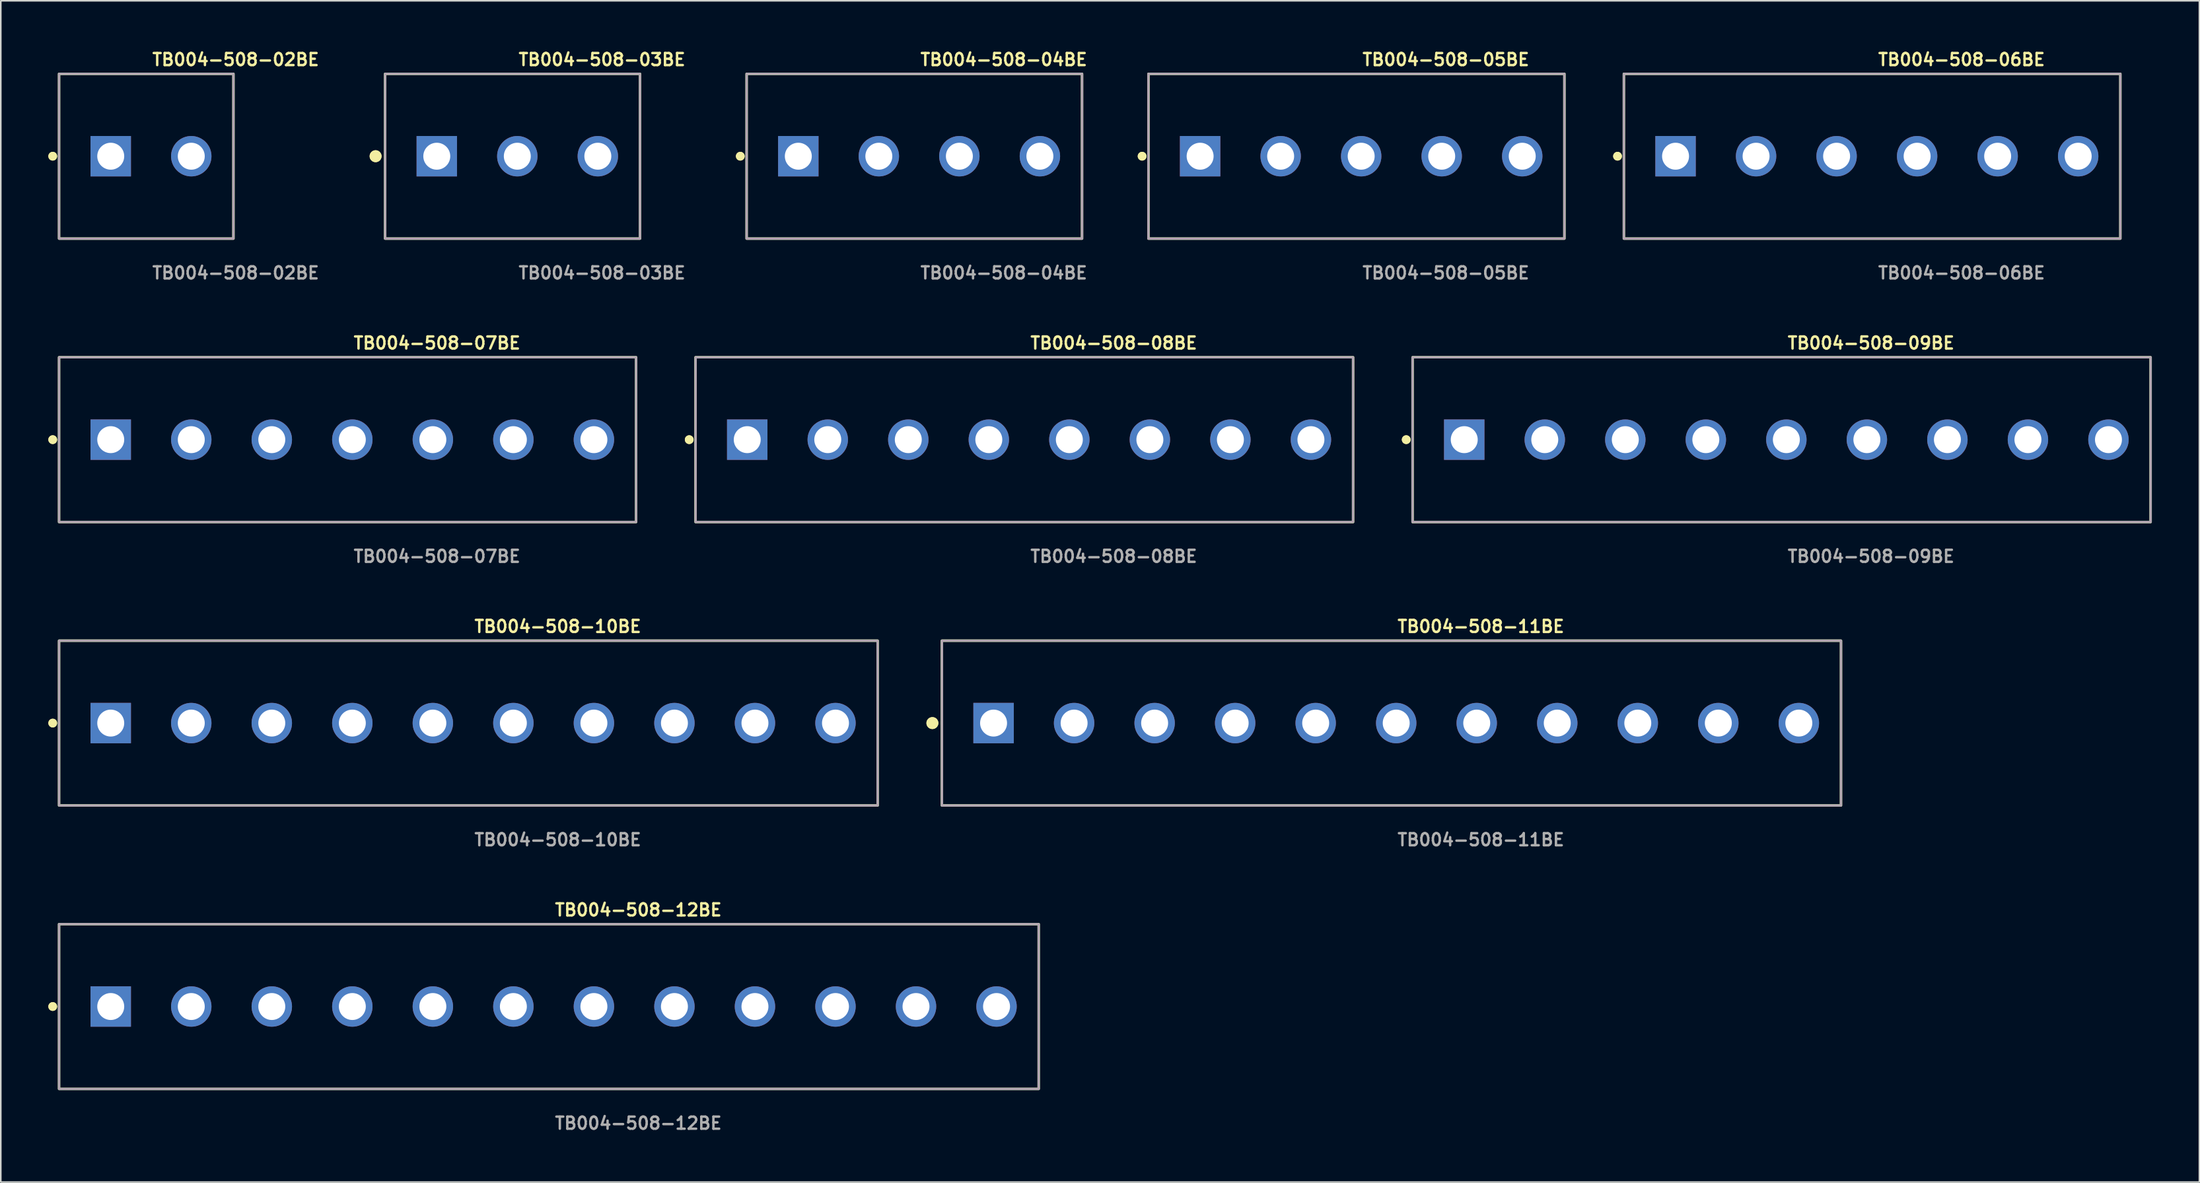
<source format=kicad_pcb>
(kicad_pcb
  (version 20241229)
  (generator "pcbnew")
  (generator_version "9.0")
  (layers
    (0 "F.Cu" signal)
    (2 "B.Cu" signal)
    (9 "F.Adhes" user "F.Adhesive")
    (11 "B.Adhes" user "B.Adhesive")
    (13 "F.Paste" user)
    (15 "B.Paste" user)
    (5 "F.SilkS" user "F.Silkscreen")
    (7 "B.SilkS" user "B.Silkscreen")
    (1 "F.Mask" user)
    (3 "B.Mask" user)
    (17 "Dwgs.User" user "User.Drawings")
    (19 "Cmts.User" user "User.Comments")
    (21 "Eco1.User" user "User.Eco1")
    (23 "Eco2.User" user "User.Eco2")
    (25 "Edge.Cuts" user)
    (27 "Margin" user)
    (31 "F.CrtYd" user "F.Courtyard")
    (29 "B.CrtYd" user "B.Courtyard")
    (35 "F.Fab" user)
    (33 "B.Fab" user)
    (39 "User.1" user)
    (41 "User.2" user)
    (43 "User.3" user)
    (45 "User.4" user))
  (footprint "TB004-508-10BE"
    (layer "F.Cu")
    (at 26.796 42.586)
    (property "Reference" "TB004-508-10BE" (at 0 -6.096 0) (unlocked yes) (layer "F.SilkS") (effects (font (size 0.762 0.762) (thickness 0.152)) (justify left)))
    (fp_rect (start -26.12 5.2) (end 25.52 -5.2) (stroke (width 0.152) (type solid)) (fill no) (layer "F.SilkS"))
    (fp_circle (center -26.52 0) (end -26.72 0) (stroke (width 0.152) (type solid)) (fill yes) (layer "F.SilkS"))
    (fp_circle (center -26.52 0) (end -26.72 0) (stroke (width 0.152) (type solid)) (fill yes) (layer "F.SilkS"))
    (fp_rect (start -26.12 5.2) (end 25.52 -5.2) (stroke (width 0.006) (type solid)) (fill no) (layer "F.CrtYd"))
    (fp_rect (start -26.12 5.2) (end 25.52 -5.2) (stroke (width 0.152) (type solid)) (fill no) (layer "F.Fab"))
    (fp_text user "${REFERENCE}" (at 0 7.366 0) (unlocked yes) (layer "F.Fab") (effects (font (size 0.762 0.762) (thickness 0.152)) (justify left)))
    (pad "1" thru_hole rect (at -22.86 0) (size 2.55 2.55) (drill 1.7) (layers "*.Cu" "*.Mask"))
    (pad "2" thru_hole circle (at -17.78 0) (size 2.55 2.55) (drill 1.7) (layers "*.Cu" "*.Mask"))
    (pad "3" thru_hole circle (at -12.7 0) (size 2.55 2.55) (drill 1.7) (layers "*.Cu" "*.Mask"))
    (pad "4" thru_hole circle (at -7.62 0) (size 2.55 2.55) (drill 1.7) (layers "*.Cu" "*.Mask"))
    (pad "5" thru_hole circle (at -2.54 0) (size 2.55 2.55) (drill 1.7) (layers "*.Cu" "*.Mask"))
    (pad "6" thru_hole circle (at 2.54 0) (size 2.55 2.55) (drill 1.7) (layers "*.Cu" "*.Mask"))
    (pad "7" thru_hole circle (at 7.62 0) (size 2.55 2.55) (drill 1.7) (layers "*.Cu" "*.Mask"))
    (pad "8" thru_hole circle (at 12.7 0) (size 2.55 2.55) (drill 1.7) (layers "*.Cu" "*.Mask"))
    (pad "9" thru_hole circle (at 17.78 0) (size 2.55 2.55) (drill 1.7) (layers "*.Cu" "*.Mask"))
    (pad "10" thru_hole circle (at 22.86 0) (size 2.55 2.55) (drill 1.7) (layers "*.Cu" "*.Mask")))
  (footprint "TB004-508-08BE"
    (layer "F.Cu")
    (at 61.869 24.698)
    (property "Reference" "TB004-508-08BE" (at 0 -6.096 0) (unlocked yes) (layer "F.SilkS") (effects (font (size 0.762 0.762) (thickness 0.152)) (justify left)))
    (fp_rect (start -21.04 5.2) (end 20.44 -5.2) (stroke (width 0.152) (type solid)) (fill no) (layer "F.SilkS"))
    (fp_circle (center -21.44 0) (end -21.64 0) (stroke (width 0.152) (type solid)) (fill yes) (layer "F.SilkS"))
    (fp_circle (center -21.44 0) (end -21.64 0) (stroke (width 0.152) (type solid)) (fill yes) (layer "F.SilkS"))
    (fp_rect (start -21.04 5.2) (end 20.44 -5.2) (stroke (width 0.006) (type solid)) (fill no) (layer "F.CrtYd"))
    (fp_rect (start -21.04 5.2) (end 20.44 -5.2) (stroke (width 0.152) (type solid)) (fill no) (layer "F.Fab"))
    (fp_text user "${REFERENCE}" (at 0 7.366 0) (unlocked yes) (layer "F.Fab") (effects (font (size 0.762 0.762) (thickness 0.152)) (justify left)))
    (pad "1" thru_hole rect (at -17.78 0) (size 2.55 2.55) (drill 1.7) (layers "*.Cu" "*.Mask"))
    (pad "2" thru_hole circle (at -12.7 0) (size 2.55 2.55) (drill 1.7) (layers "*.Cu" "*.Mask"))
    (pad "3" thru_hole circle (at -7.62 0) (size 2.55 2.55) (drill 1.7) (layers "*.Cu" "*.Mask"))
    (pad "4" thru_hole circle (at -2.54 0) (size 2.55 2.55) (drill 1.7) (layers "*.Cu" "*.Mask"))
    (pad "5" thru_hole circle (at 2.54 0) (size 2.55 2.55) (drill 1.7) (layers "*.Cu" "*.Mask"))
    (pad "6" thru_hole circle (at 7.62 0) (size 2.55 2.55) (drill 1.7) (layers "*.Cu" "*.Mask"))
    (pad "7" thru_hole circle (at 12.7 0) (size 2.55 2.55) (drill 1.7) (layers "*.Cu" "*.Mask"))
    (pad "8" thru_hole circle (at 17.78 0) (size 2.55 2.55) (drill 1.7) (layers "*.Cu" "*.Mask")))
  (footprint "TB004-508-05BE"
    (layer "F.Cu")
    (at 82.819 6.809)
    (property "Reference" "TB004-508-05BE" (at 0 -6.096 0) (unlocked yes) (layer "F.SilkS") (effects (font (size 0.762 0.762) (thickness 0.152)) (justify left)))
    (fp_rect (start -13.42 5.2) (end 12.82 -5.2) (stroke (width 0.152) (type solid)) (fill no) (layer "F.SilkS"))
    (fp_circle (center -13.82 0) (end -14.02 0) (stroke (width 0.152) (type solid)) (fill yes) (layer "F.SilkS"))
    (fp_circle (center -13.82 0) (end -14.02 0) (stroke (width 0.152) (type solid)) (fill yes) (layer "F.SilkS"))
    (fp_rect (start -13.42 5.2) (end 12.82 -5.2) (stroke (width 0.006) (type solid)) (fill no) (layer "F.CrtYd"))
    (fp_rect (start -13.42 5.2) (end 12.82 -5.2) (stroke (width 0.152) (type solid)) (fill no) (layer "F.Fab"))
    (fp_text user "${REFERENCE}" (at 0 7.366 0) (unlocked yes) (layer "F.Fab") (effects (font (size 0.762 0.762) (thickness 0.152)) (justify left)))
    (pad "1" thru_hole rect (at -10.16 0) (size 2.55 2.55) (drill 1.7) (layers "*.Cu" "*.Mask"))
    (pad "2" thru_hole circle (at -5.08 0) (size 2.55 2.55) (drill 1.7) (layers "*.Cu" "*.Mask"))
    (pad "3" thru_hole circle (at 0 0) (size 2.55 2.55) (drill 1.7) (layers "*.Cu" "*.Mask"))
    (pad "4" thru_hole circle (at 5.08 0) (size 2.55 2.55) (drill 1.7) (layers "*.Cu" "*.Mask"))
    (pad "5" thru_hole circle (at 10.16 0) (size 2.55 2.55) (drill 1.7) (layers "*.Cu" "*.Mask")))
  (footprint "TB004-508-12BE"
    (layer "F.Cu")
    (at 31.876 60.475)
    (property "Reference" "TB004-508-12BE" (at 0 -6.096 0) (unlocked yes) (layer "F.SilkS") (effects (font (size 0.762 0.762) (thickness 0.152)) (justify left)))
    (fp_rect (start -31.2 5.2) (end 30.6 -5.2) (stroke (width 0.152) (type solid)) (fill no) (layer "F.SilkS"))
    (fp_circle (center -31.6 0) (end -31.8 0) (stroke (width 0.152) (type solid)) (fill yes) (layer "F.SilkS"))
    (fp_circle (center -31.6 0) (end -31.8 0) (stroke (width 0.152) (type solid)) (fill yes) (layer "F.SilkS"))
    (fp_rect (start -31.2 5.2) (end 30.6 -5.2) (stroke (width 0.006) (type solid)) (fill no) (layer "F.CrtYd"))
    (fp_rect (start -31.2 5.2) (end 30.6 -5.2) (stroke (width 0.152) (type solid)) (fill no) (layer "F.Fab"))
    (fp_text user "${REFERENCE}" (at 0 7.366 0) (unlocked yes) (layer "F.Fab") (effects (font (size 0.762 0.762) (thickness 0.152)) (justify left)))
    (pad "1" thru_hole rect (at -27.94 0) (size 2.55 2.55) (drill 1.7) (layers "*.Cu" "*.Mask"))
    (pad "2" thru_hole circle (at -22.86 0) (size 2.55 2.55) (drill 1.7) (layers "*.Cu" "*.Mask"))
    (pad "3" thru_hole circle (at -17.78 0) (size 2.55 2.55) (drill 1.7) (layers "*.Cu" "*.Mask"))
    (pad "4" thru_hole circle (at -12.7 0) (size 2.55 2.55) (drill 1.7) (layers "*.Cu" "*.Mask"))
    (pad "5" thru_hole circle (at -7.62 0) (size 2.55 2.55) (drill 1.7) (layers "*.Cu" "*.Mask"))
    (pad "6" thru_hole circle (at -2.54 0) (size 2.55 2.55) (drill 1.7) (layers "*.Cu" "*.Mask"))
    (pad "7" thru_hole circle (at 2.54 0) (size 2.55 2.55) (drill 1.7) (layers "*.Cu" "*.Mask"))
    (pad "8" thru_hole circle (at 7.62 0) (size 2.55 2.55) (drill 1.7) (layers "*.Cu" "*.Mask"))
    (pad "9" thru_hole circle (at 12.7 0) (size 2.55 2.55) (drill 1.7) (layers "*.Cu" "*.Mask"))
    (pad "10" thru_hole circle (at 17.78 0) (size 2.55 2.55) (drill 1.7) (layers "*.Cu" "*.Mask"))
    (pad "11" thru_hole circle (at 22.86 0) (size 2.55 2.55) (drill 1.7) (layers "*.Cu" "*.Mask"))
    (pad "12" thru_hole circle (at 27.94 0) (size 2.55 2.55) (drill 1.7) (layers "*.Cu" "*.Mask")))
  (footprint "TB004-508-09BE"
    (layer "F.Cu")
    (at 109.641 24.698)
    (property "Reference" "TB004-508-09BE" (at 0 -6.096 0) (unlocked yes) (layer "F.SilkS") (effects (font (size 0.762 0.762) (thickness 0.152)) (justify left)))
    (fp_rect (start -23.58 5.2) (end 22.98 -5.2) (stroke (width 0.152) (type solid)) (fill no) (layer "F.SilkS"))
    (fp_circle (center -23.98 0) (end -24.18 0) (stroke (width 0.152) (type solid)) (fill yes) (layer "F.SilkS"))
    (fp_circle (center -23.98 0) (end -24.18 0) (stroke (width 0.152) (type solid)) (fill yes) (layer "F.SilkS"))
    (fp_rect (start -23.58 5.2) (end 22.98 -5.2) (stroke (width 0.006) (type solid)) (fill no) (layer "F.CrtYd"))
    (fp_rect (start -23.58 5.2) (end 22.98 -5.2) (stroke (width 0.152) (type solid)) (fill no) (layer "F.Fab"))
    (fp_text user "${REFERENCE}" (at 0 7.366 0) (unlocked yes) (layer "F.Fab") (effects (font (size 0.762 0.762) (thickness 0.152)) (justify left)))
    (pad "1" thru_hole rect (at -20.32 0) (size 2.55 2.55) (drill 1.7) (layers "*.Cu" "*.Mask"))
    (pad "2" thru_hole circle (at -15.24 0) (size 2.55 2.55) (drill 1.7) (layers "*.Cu" "*.Mask"))
    (pad "3" thru_hole circle (at -10.16 0) (size 2.55 2.55) (drill 1.7) (layers "*.Cu" "*.Mask"))
    (pad "4" thru_hole circle (at -5.08 0) (size 2.55 2.55) (drill 1.7) (layers "*.Cu" "*.Mask"))
    (pad "5" thru_hole circle (at 0 0) (size 2.55 2.55) (drill 1.7) (layers "*.Cu" "*.Mask"))
    (pad "6" thru_hole circle (at 5.08 0) (size 2.55 2.55) (drill 1.7) (layers "*.Cu" "*.Mask"))
    (pad "7" thru_hole circle (at 10.16 0) (size 2.55 2.55) (drill 1.7) (layers "*.Cu" "*.Mask"))
    (pad "8" thru_hole circle (at 15.24 0) (size 2.55 2.55) (drill 1.7) (layers "*.Cu" "*.Mask"))
    (pad "9" thru_hole circle (at 20.32 0) (size 2.55 2.55) (drill 1.7) (layers "*.Cu" "*.Mask")))
  (footprint "TB004-508-07BE"
    (layer "F.Cu")
    (at 19.176 24.698)
    (property "Reference" "TB004-508-07BE" (at 0 -6.096 0) (unlocked yes) (layer "F.SilkS") (effects (font (size 0.762 0.762) (thickness 0.152)) (justify left)))
    (fp_rect (start -18.5 5.2) (end 17.9 -5.2) (stroke (width 0.152) (type solid)) (fill no) (layer "F.SilkS"))
    (fp_circle (center -18.9 0) (end -19.1 0) (stroke (width 0.152) (type solid)) (fill yes) (layer "F.SilkS"))
    (fp_circle (center -18.9 0) (end -19.1 0) (stroke (width 0.152) (type solid)) (fill yes) (layer "F.SilkS"))
    (fp_rect (start -18.5 5.2) (end 17.9 -5.2) (stroke (width 0.006) (type solid)) (fill no) (layer "F.CrtYd"))
    (fp_rect (start -18.5 5.2) (end 17.9 -5.2) (stroke (width 0.152) (type solid)) (fill no) (layer "F.Fab"))
    (fp_text user "${REFERENCE}" (at 0 7.366 0) (unlocked yes) (layer "F.Fab") (effects (font (size 0.762 0.762) (thickness 0.152)) (justify left)))
    (pad "1" thru_hole rect (at -15.24 0) (size 2.55 2.55) (drill 1.7) (layers "*.Cu" "*.Mask"))
    (pad "2" thru_hole circle (at -10.16 0) (size 2.55 2.55) (drill 1.7) (layers "*.Cu" "*.Mask"))
    (pad "3" thru_hole circle (at -5.08 0) (size 2.55 2.55) (drill 1.7) (layers "*.Cu" "*.Mask"))
    (pad "4" thru_hole circle (at 0 0) (size 2.55 2.55) (drill 1.7) (layers "*.Cu" "*.Mask"))
    (pad "5" thru_hole circle (at 5.08 0) (size 2.55 2.55) (drill 1.7) (layers "*.Cu" "*.Mask"))
    (pad "6" thru_hole circle (at 10.16 0) (size 2.55 2.55) (drill 1.7) (layers "*.Cu" "*.Mask"))
    (pad "7" thru_hole circle (at 15.24 0) (size 2.55 2.55) (drill 1.7) (layers "*.Cu" "*.Mask")))
  (footprint "TB004-508-11BE"
    (layer "F.Cu")
    (at 85.029 42.586)
    (property "Reference" "TB004-508-11BE" (at 0 -6.096 0) (unlocked yes) (layer "F.SilkS") (effects (font (size 0.762 0.762) (thickness 0.152)) (justify left)))
    (fp_rect (start -28.66 5.2) (end 28.06 -5.2) (stroke (width 0.152) (type solid)) (fill no) (layer "F.SilkS"))
    (fp_circle (center -29.26 0) (end -29.56 0) (stroke (width 0.152) (type solid)) (fill yes) (layer "F.SilkS"))
    (fp_circle (center -29.26 0) (end -29.56 0) (stroke (width 0.152) (type solid)) (fill yes) (layer "F.SilkS"))
    (fp_rect (start -28.66 5.2) (end 28.06 -5.2) (stroke (width 0.006) (type solid)) (fill no) (layer "F.CrtYd"))
    (fp_rect (start -28.66 5.2) (end 28.06 -5.2) (stroke (width 0.152) (type solid)) (fill no) (layer "F.Fab"))
    (fp_text user "${REFERENCE}" (at 0 7.366 0) (unlocked yes) (layer "F.Fab") (effects (font (size 0.762 0.762) (thickness 0.152)) (justify left)))
    (pad "1" thru_hole rect (at -25.4 0) (size 2.55 2.55) (drill 1.7) (layers "*.Cu" "*.Mask"))
    (pad "2" thru_hole circle (at -20.32 0) (size 2.55 2.55) (drill 1.7) (layers "*.Cu" "*.Mask"))
    (pad "3" thru_hole circle (at -15.24 0) (size 2.55 2.55) (drill 1.7) (layers "*.Cu" "*.Mask"))
    (pad "4" thru_hole circle (at -10.16 0) (size 2.55 2.55) (drill 1.7) (layers "*.Cu" "*.Mask"))
    (pad "5" thru_hole circle (at -5.08 0) (size 2.55 2.55) (drill 1.7) (layers "*.Cu" "*.Mask"))
    (pad "6" thru_hole circle (at 0 0) (size 2.55 2.55) (drill 1.7) (layers "*.Cu" "*.Mask"))
    (pad "7" thru_hole circle (at 5.08 0) (size 2.55 2.55) (drill 1.7) (layers "*.Cu" "*.Mask"))
    (pad "8" thru_hole circle (at 10.16 0) (size 2.55 2.55) (drill 1.7) (layers "*.Cu" "*.Mask"))
    (pad "9" thru_hole circle (at 15.24 0) (size 2.55 2.55) (drill 1.7) (layers "*.Cu" "*.Mask"))
    (pad "10" thru_hole circle (at 20.32 0) (size 2.55 2.55) (drill 1.7) (layers "*.Cu" "*.Mask"))
    (pad "11" thru_hole circle (at 25.4 0) (size 2.55 2.55) (drill 1.7) (layers "*.Cu" "*.Mask")))
  (footprint "TB004-508-04BE"
    (layer "F.Cu")
    (at 54.931 6.809)
    (property "Reference" "TB004-508-04BE" (at 0 -6.096 0) (unlocked yes) (layer "F.SilkS") (effects (font (size 0.762 0.762) (thickness 0.152)) (justify left)))
    (fp_rect (start -10.88 5.2) (end 10.28 -5.2) (stroke (width 0.152) (type solid)) (fill no) (layer "F.SilkS"))
    (fp_circle (center -11.28 0) (end -11.48 0) (stroke (width 0.152) (type solid)) (fill yes) (layer "F.SilkS"))
    (fp_circle (center -11.28 0) (end -11.48 0) (stroke (width 0.152) (type solid)) (fill yes) (layer "F.SilkS"))
    (fp_rect (start -10.88 5.2) (end 10.28 -5.2) (stroke (width 0.006) (type solid)) (fill no) (layer "F.CrtYd"))
    (fp_rect (start -10.88 5.2) (end 10.28 -5.2) (stroke (width 0.152) (type solid)) (fill no) (layer "F.Fab"))
    (fp_text user "${REFERENCE}" (at 0 7.366 0) (unlocked yes) (layer "F.Fab") (effects (font (size 0.762 0.762) (thickness 0.152)) (justify left)))
    (pad "1" thru_hole rect (at -7.62 0) (size 2.55 2.55) (drill 1.7) (layers "*.Cu" "*.Mask"))
    (pad "2" thru_hole circle (at -2.54 0) (size 2.55 2.55) (drill 1.7) (layers "*.Cu" "*.Mask"))
    (pad "3" thru_hole circle (at 2.54 0) (size 2.55 2.55) (drill 1.7) (layers "*.Cu" "*.Mask"))
    (pad "4" thru_hole circle (at 7.62 0) (size 2.55 2.55) (drill 1.7) (layers "*.Cu" "*.Mask")))
  (footprint "TB004-508-03BE"
    (layer "F.Cu")
    (at 29.584 6.809)
    (property "Reference" "TB004-508-03BE" (at 0 -6.096 0) (unlocked yes) (layer "F.SilkS") (effects (font (size 0.762 0.762) (thickness 0.152)) (justify left)))
    (fp_rect (start -8.34 5.2) (end 7.74 -5.2) (stroke (width 0.152) (type solid)) (fill no) (layer "F.SilkS"))
    (fp_circle (center -8.94 0) (end -9.24 0) (stroke (width 0.152) (type solid)) (fill yes) (layer "F.SilkS"))
    (fp_circle (center -8.94 0) (end -9.24 0) (stroke (width 0.152) (type solid)) (fill yes) (layer "F.SilkS"))
    (fp_rect (start -8.34 5.2) (end 7.74 -5.2) (stroke (width 0.006) (type solid)) (fill no) (layer "F.CrtYd"))
    (fp_rect (start -8.34 5.2) (end 7.74 -5.2) (stroke (width 0.152) (type solid)) (fill no) (layer "F.Fab"))
    (fp_text user "${REFERENCE}" (at 0 7.366 0) (unlocked yes) (layer "F.Fab") (effects (font (size 0.762 0.762) (thickness 0.152)) (justify left)))
    (pad "1" thru_hole rect (at -5.08 0) (size 2.55 2.55) (drill 1.7) (layers "*.Cu" "*.Mask"))
    (pad "2" thru_hole circle (at 0 0) (size 2.55 2.55) (drill 1.7) (layers "*.Cu" "*.Mask"))
    (pad "3" thru_hole circle (at 5.08 0) (size 2.55 2.55) (drill 1.7) (layers "*.Cu" "*.Mask")))
  (footprint "TB004-508-06BE"
    (layer "F.Cu")
    (at 115.351 6.809)
    (property "Reference" "TB004-508-06BE" (at 0 -6.096 0) (unlocked yes) (layer "F.SilkS") (effects (font (size 0.762 0.762) (thickness 0.152)) (justify left)))
    (fp_rect (start -15.96 5.2) (end 15.36 -5.2) (stroke (width 0.152) (type solid)) (fill no) (layer "F.SilkS"))
    (fp_circle (center -16.36 0) (end -16.56 0) (stroke (width 0.152) (type solid)) (fill yes) (layer "F.SilkS"))
    (fp_circle (center -16.36 0) (end -16.56 0) (stroke (width 0.152) (type solid)) (fill yes) (layer "F.SilkS"))
    (fp_rect (start -15.96 5.2) (end 15.36 -5.2) (stroke (width 0.006) (type solid)) (fill no) (layer "F.CrtYd"))
    (fp_rect (start -15.96 5.2) (end 15.36 -5.2) (stroke (width 0.152) (type solid)) (fill no) (layer "F.Fab"))
    (fp_text user "${REFERENCE}" (at 0 7.366 0) (unlocked yes) (layer "F.Fab") (effects (font (size 0.762 0.762) (thickness 0.152)) (justify left)))
    (pad "1" thru_hole rect (at -12.7 0) (size 2.55 2.55) (drill 1.7) (layers "*.Cu" "*.Mask"))
    (pad "2" thru_hole circle (at -7.62 0) (size 2.55 2.55) (drill 1.7) (layers "*.Cu" "*.Mask"))
    (pad "3" thru_hole circle (at -2.54 0) (size 2.55 2.55) (drill 1.7) (layers "*.Cu" "*.Mask"))
    (pad "4" thru_hole circle (at 2.54 0) (size 2.55 2.55) (drill 1.7) (layers "*.Cu" "*.Mask"))
    (pad "5" thru_hole circle (at 7.62 0) (size 2.55 2.55) (drill 1.7) (layers "*.Cu" "*.Mask"))
    (pad "6" thru_hole circle (at 12.7 0) (size 2.55 2.55) (drill 1.7) (layers "*.Cu" "*.Mask")))
  (footprint "TB004-508-02BE"
    (layer "F.Cu")
    (at 6.476 6.809)
    (property "Reference" "TB004-508-02BE" (at 0 -6.096 0) (unlocked yes) (layer "F.SilkS") (effects (font (size 0.762 0.762) (thickness 0.152)) (justify left)))
    (fp_rect (start -5.8 5.2) (end 5.2 -5.2) (stroke (width 0.152) (type solid)) (fill no) (layer "F.SilkS"))
    (fp_circle (center -6.2 0) (end -6.4 0) (stroke (width 0.152) (type solid)) (fill yes) (layer "F.SilkS"))
    (fp_circle (center -6.2 0) (end -6.4 0) (stroke (width 0.152) (type solid)) (fill yes) (layer "F.SilkS"))
    (fp_rect (start -5.8 5.2) (end 5.2 -5.2) (stroke (width 0.006) (type solid)) (fill no) (layer "F.CrtYd"))
    (fp_rect (start -5.8 5.2) (end 5.2 -5.2) (stroke (width 0.152) (type solid)) (fill no) (layer "F.Fab"))
    (fp_text user "${REFERENCE}" (at 0 7.366 0) (unlocked yes) (layer "F.Fab") (effects (font (size 0.762 0.762) (thickness 0.152)) (justify left)))
    (pad "1" thru_hole rect (at -2.54 0) (size 2.55 2.55) (drill 1.7) (layers "*.Cu" "*.Mask"))
    (pad "2" thru_hole circle (at 2.54 0) (size 2.55 2.55) (drill 1.7) (layers "*.Cu" "*.Mask")))
  (gr_rect
    (start -3 -3)
    (end 135.697 71.554)
    (stroke (width 0.1) (type default))
    (fill no)
    (layer "Edge.Cuts")))
</source>
